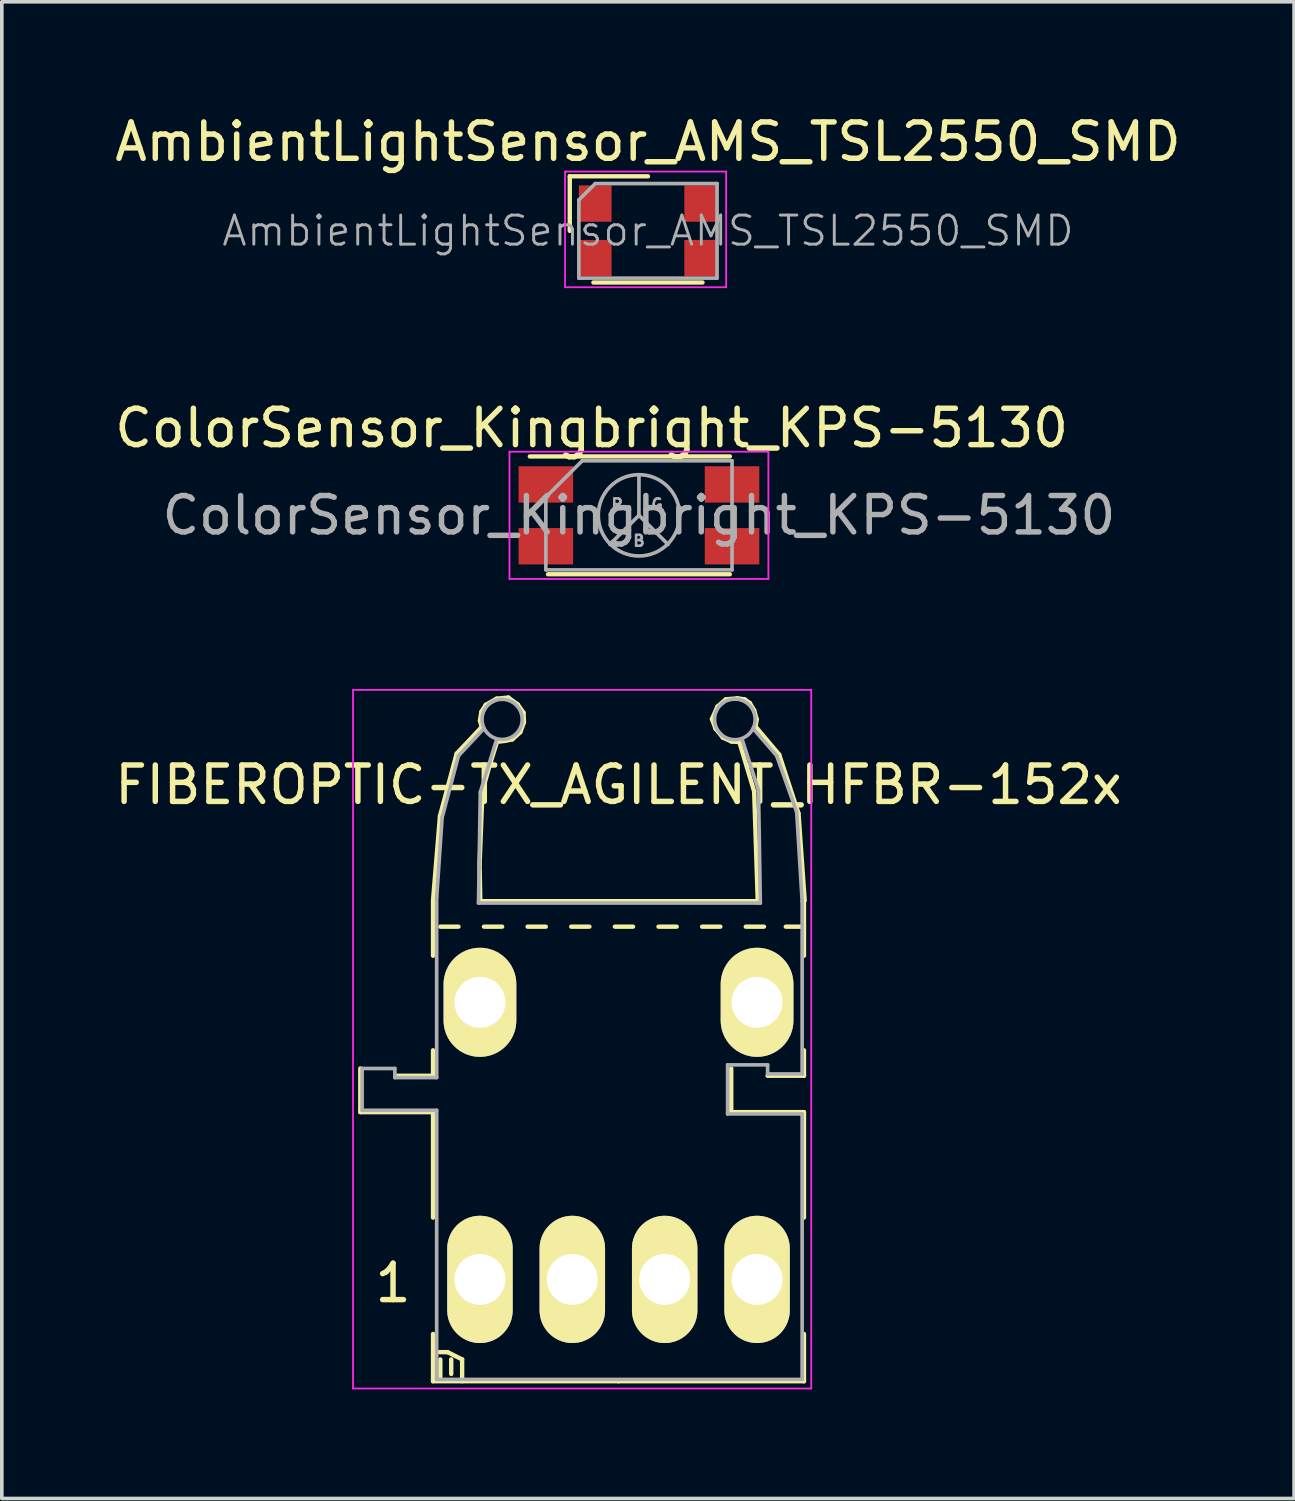
<source format=kicad_pcb>
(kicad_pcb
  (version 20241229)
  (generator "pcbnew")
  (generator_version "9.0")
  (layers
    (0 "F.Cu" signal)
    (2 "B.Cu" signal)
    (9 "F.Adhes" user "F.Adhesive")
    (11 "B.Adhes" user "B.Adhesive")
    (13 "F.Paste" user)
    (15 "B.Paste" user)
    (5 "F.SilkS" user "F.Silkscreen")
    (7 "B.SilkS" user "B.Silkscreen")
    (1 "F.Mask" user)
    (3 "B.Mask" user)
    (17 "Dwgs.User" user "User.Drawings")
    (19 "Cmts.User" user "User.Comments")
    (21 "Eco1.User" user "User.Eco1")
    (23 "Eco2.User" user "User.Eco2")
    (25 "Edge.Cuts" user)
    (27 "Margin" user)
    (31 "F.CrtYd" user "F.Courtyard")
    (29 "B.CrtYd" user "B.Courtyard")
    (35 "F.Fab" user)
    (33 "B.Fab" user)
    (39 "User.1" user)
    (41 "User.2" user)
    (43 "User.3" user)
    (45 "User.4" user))
  (footprint "ColorSensor_Kingbright_KPS-5130"
    (layer "F.Cu")
    (at 14.52 11.121)
    (property "Reference" "ColorSensor_Kingbright_KPS-5130" (at -1.3 -2.4 0) (layer "F.SilkS") (effects (font (size 1 1) (thickness 0.15))))
    (attr smd)
    (fp_line (start -3 -1.62) (end 2.5 -1.62) (stroke (width 0.12) (type solid)) (layer "F.SilkS"))
    (fp_line (start 2.5 1.62) (end -2.5 1.62) (stroke (width 0.12) (type solid)) (layer "F.SilkS"))
    (fp_line (start -3.56 -1.75) (end -3.56 1.75) (stroke (width 0.05) (type solid)) (layer "F.CrtYd"))
    (fp_line (start -3.56 -1.75) (end 3.56 -1.75) (stroke (width 0.05) (type solid)) (layer "F.CrtYd"))
    (fp_line (start 3.56 1.75) (end -3.56 1.75) (stroke (width 0.05) (type solid)) (layer "F.CrtYd"))
    (fp_line (start 3.56 1.75) (end 3.56 -1.75) (stroke (width 0.05) (type solid)) (layer "F.CrtYd"))
    (fp_line (start -2.56 -0.5) (end -2.56 1.5) (stroke (width 0.1) (type solid)) (layer "F.Fab"))
    (fp_line (start -2.56 -0.5) (end -1.56 -1.5) (stroke (width 0.1) (type solid)) (layer "F.Fab"))
    (fp_line (start -2.56 1.5) (end 2.56 1.5) (stroke (width 0.1) (type solid)) (layer "F.Fab"))
    (fp_line (start 0 0) (end -0.8 0.8) (stroke (width 0.1) (type solid)) (layer "F.Fab"))
    (fp_line (start 0 0) (end 0 -1.1) (stroke (width 0.1) (type solid)) (layer "F.Fab"))
    (fp_line (start 0 0) (end 0.8 0.8) (stroke (width 0.1) (type solid)) (layer "F.Fab"))
    (fp_line (start 2.56 -1.5) (end -1.56 -1.5) (stroke (width 0.1) (type solid)) (layer "F.Fab"))
    (fp_line (start 2.56 1.5) (end 2.56 -1.5) (stroke (width 0.1) (type solid)) (layer "F.Fab"))
    (fp_circle (center 0 0) (end 1 0.5) (stroke (width 0.1) (type solid)) (fill no) (layer "F.Fab"))
    (fp_text user "${REFERENCE}" (at 0 0 0) (layer "F.Fab") (effects (font (size 1 1) (thickness 0.15))))
    (fp_text user "R" (at -0.6 -0.3 0) (layer "F.Fab") (effects (font (size 0.3 0.3) (thickness 0.07))))
    (fp_text user "B" (at 0 0.7 0) (layer "F.Fab") (effects (font (size 0.3 0.3) (thickness 0.07))))
    (fp_text user "G" (at 0.5 -0.3 0) (layer "F.Fab") (effects (font (size 0.3 0.3) (thickness 0.07))))
    (pad "1" smd rect (at -2.56 -0.85) (size 1.5 1) (layers "F.Cu" "F.Mask" "F.Paste"))
    (pad "2" smd rect (at 2.56 -0.85) (size 1.5 1) (layers "F.Cu" "F.Mask" "F.Paste"))
    (pad "3" smd rect (at -2.56 0.85) (size 1.5 1) (layers "F.Cu" "F.Mask" "F.Paste"))
    (pad "4" smd rect (at 2.56 0.85) (size 1.5 1) (layers "F.Cu" "F.Mask" "F.Paste")))
  (footprint "FIBEROPTIC-TX_AGILENT_HFBR-152x"
    (layer "F.Cu")
    (at 10.148 32.132)
    (property "Reference" "FIBEROPTIC-TX_AGILENT_HFBR-152x" (at 3.81 -13.6 0) (layer "F.SilkS") (effects (font (size 1 1) (thickness 0.15))))
    (attr through_hole)
    (fp_line (start -3.29 -4.6) (end -3.29 -5.8) (stroke (width 0.12) (type solid)) (layer "F.SilkS"))
    (fp_line (start -2.29 -5.6) (end -1.29 -5.6) (stroke (width 0.12) (type solid)) (layer "F.SilkS"))
    (fp_line (start -1.29 -10.43) (end -1.1 -12.74) (stroke (width 0.12) (type solid)) (layer "F.SilkS"))
    (fp_line (start -1.29 -10.4) (end -1.29 -8.9) (stroke (width 0.12) (type solid)) (layer "F.SilkS"))
    (fp_line (start -1.29 -5.6) (end -1.29 -6.3) (stroke (width 0.12) (type solid)) (layer "F.SilkS"))
    (fp_line (start -1.29 -4.6) (end -3.29 -4.6) (stroke (width 0.12) (type solid)) (layer "F.SilkS"))
    (fp_line (start -1.29 -4.6) (end -1.29 -1.7) (stroke (width 0.12) (type solid)) (layer "F.SilkS"))
    (fp_line (start -1.29 2) (end -0.89 2) (stroke (width 0.12) (type solid)) (layer "F.SilkS"))
    (fp_line (start -1.29 2.8) (end -1.29 1.5) (stroke (width 0.12) (type solid)) (layer "F.SilkS"))
    (fp_line (start -1.1 -12.74) (end -0.64 -14.46) (stroke (width 0.12) (type solid)) (layer "F.SilkS"))
    (fp_line (start -1.09 2.2) (end -1.09 2.7) (stroke (width 0.12) (type solid)) (layer "F.SilkS"))
    (fp_line (start -0.89 2) (end -0.49 2.2) (stroke (width 0.12) (type solid)) (layer "F.SilkS"))
    (fp_line (start -0.79 2.2) (end -0.79 2.6) (stroke (width 0.12) (type solid)) (layer "F.SilkS"))
    (fp_line (start -0.64 -14.46) (end 0.04 -15.18) (stroke (width 0.12) (type solid)) (layer "F.SilkS"))
    (fp_line (start -0.59 -9.7) (end -1.09 -9.7) (stroke (width 0.12) (type solid)) (layer "F.SilkS"))
    (fp_line (start -0.49 2.2) (end -0.49 2.8) (stroke (width 0.12) (type solid)) (layer "F.SilkS"))
    (fp_line (start -0.01 -11.42) (end 0.07 -13.44) (stroke (width 0.12) (type solid)) (layer "F.SilkS"))
    (fp_line (start 0 -15.37) (end 0.05 -15.18) (stroke (width 0.12) (type solid)) (layer "F.SilkS"))
    (fp_line (start 0.01 -10.4) (end -0.01 -11.42) (stroke (width 0.12) (type solid)) (layer "F.SilkS"))
    (fp_line (start 0.04 -15.61) (end 0 -15.37) (stroke (width 0.12) (type solid)) (layer "F.SilkS"))
    (fp_line (start 0.07 -13.44) (end 0.26 -14.11) (stroke (width 0.12) (type solid)) (layer "F.SilkS"))
    (fp_line (start 0.16 -15.8) (end 0.04 -15.61) (stroke (width 0.12) (type solid)) (layer "F.SilkS"))
    (fp_line (start 0.26 -14.11) (end 0.48 -14.82) (stroke (width 0.12) (type solid)) (layer "F.SilkS"))
    (fp_line (start 0.46 -15.97) (end 0.16 -15.8) (stroke (width 0.12) (type solid)) (layer "F.SilkS"))
    (fp_line (start 0.54 -14.79) (end 0.69 -14.81) (stroke (width 0.12) (type solid)) (layer "F.SilkS"))
    (fp_line (start 0.61 -9.7) (end 0.11 -9.7) (stroke (width 0.12) (type solid)) (layer "F.SilkS"))
    (fp_line (start 0.69 -14.81) (end 0.89 -14.85) (stroke (width 0.12) (type solid)) (layer "F.SilkS"))
    (fp_line (start 0.78 -16) (end 0.46 -15.97) (stroke (width 0.12) (type solid)) (layer "F.SilkS"))
    (fp_line (start 0.89 -14.85) (end 1.11 -15.05) (stroke (width 0.12) (type solid)) (layer "F.SilkS"))
    (fp_line (start 1.04 -15.81) (end 0.78 -16) (stroke (width 0.12) (type solid)) (layer "F.SilkS"))
    (fp_line (start 1.11 -15.05) (end 1.21 -15.32) (stroke (width 0.12) (type solid)) (layer "F.SilkS"))
    (fp_line (start 1.2 -15.58) (end 1.04 -15.81) (stroke (width 0.12) (type solid)) (layer "F.SilkS"))
    (fp_line (start 1.21 -15.32) (end 1.2 -15.58) (stroke (width 0.12) (type solid)) (layer "F.SilkS"))
    (fp_line (start 1.81 -9.7) (end 1.31 -9.7) (stroke (width 0.12) (type solid)) (layer "F.SilkS"))
    (fp_line (start 3.01 -9.7) (end 2.51 -9.7) (stroke (width 0.12) (type solid)) (layer "F.SilkS"))
    (fp_line (start 3.81 2.8) (end -1.29 2.8) (stroke (width 0.12) (type solid)) (layer "F.SilkS"))
    (fp_line (start 3.81 2.8) (end 8.91 2.8) (stroke (width 0.12) (type solid)) (layer "F.SilkS"))
    (fp_line (start 4.21 -9.7) (end 3.71 -9.7) (stroke (width 0.12) (type solid)) (layer "F.SilkS"))
    (fp_line (start 5.41 -9.7) (end 4.91 -9.7) (stroke (width 0.12) (type solid)) (layer "F.SilkS"))
    (fp_line (start 6.38 -15.41) (end 6.48 -15.14) (stroke (width 0.12) (type solid)) (layer "F.SilkS"))
    (fp_line (start 6.48 -15.14) (end 6.68 -14.9) (stroke (width 0.12) (type solid)) (layer "F.SilkS"))
    (fp_line (start 6.53 -15.75) (end 6.38 -15.41) (stroke (width 0.12) (type solid)) (layer "F.SilkS"))
    (fp_line (start 6.61 -9.7) (end 6.11 -9.7) (stroke (width 0.12) (type solid)) (layer "F.SilkS"))
    (fp_line (start 6.68 -14.9) (end 6.92 -14.79) (stroke (width 0.12) (type solid)) (layer "F.SilkS"))
    (fp_line (start 6.76 -15.95) (end 6.53 -15.75) (stroke (width 0.12) (type solid)) (layer "F.SilkS"))
    (fp_line (start 6.91 -4.6) (end 6.91 -5.8) (stroke (width 0.12) (type solid)) (layer "F.SilkS"))
    (fp_line (start 6.92 -14.79) (end 7.08 -14.78) (stroke (width 0.12) (type solid)) (layer "F.SilkS"))
    (fp_line (start 7.08 -15.98) (end 6.76 -15.95) (stroke (width 0.12) (type solid)) (layer "F.SilkS"))
    (fp_line (start 7.28 -15.95) (end 7.08 -15.98) (stroke (width 0.12) (type solid)) (layer "F.SilkS"))
    (fp_line (start 7.42 -15.85) (end 7.28 -15.95) (stroke (width 0.12) (type solid)) (layer "F.SilkS"))
    (fp_line (start 7.54 -15.65) (end 7.42 -15.85) (stroke (width 0.12) (type solid)) (layer "F.SilkS"))
    (fp_line (start 7.54 -13.42) (end 7.12 -14.82) (stroke (width 0.12) (type solid)) (layer "F.SilkS"))
    (fp_line (start 7.58 -15.2) (end 7.61 -15.4) (stroke (width 0.12) (type solid)) (layer "F.SilkS"))
    (fp_line (start 7.61 -15.4) (end 7.54 -15.65) (stroke (width 0.12) (type solid)) (layer "F.SilkS"))
    (fp_line (start 7.61 -10.4) (end 0.01 -10.4) (stroke (width 0.12) (type solid)) (layer "F.SilkS"))
    (fp_line (start 7.64 -10.37) (end 7.54 -13.42) (stroke (width 0.12) (type solid)) (layer "F.SilkS"))
    (fp_line (start 7.81 -9.7) (end 7.31 -9.7) (stroke (width 0.12) (type solid)) (layer "F.SilkS"))
    (fp_line (start 7.91 -5.6) (end 8.91 -5.6) (stroke (width 0.12) (type solid)) (layer "F.SilkS"))
    (fp_line (start 8.23 -14.43) (end 7.58 -15.2) (stroke (width 0.12) (type solid)) (layer "F.SilkS"))
    (fp_line (start 8.76 -12.81) (end 8.23 -14.43) (stroke (width 0.12) (type solid)) (layer "F.SilkS"))
    (fp_line (start 8.91 -9.7) (end 8.41 -9.7) (stroke (width 0.12) (type solid)) (layer "F.SilkS"))
    (fp_line (start 8.91 -8.9) (end 8.91 -10.4) (stroke (width 0.12) (type solid)) (layer "F.SilkS"))
    (fp_line (start 8.91 -5.6) (end 8.91 -6.3) (stroke (width 0.12) (type solid)) (layer "F.SilkS"))
    (fp_line (start 8.91 -4.6) (end 6.91 -4.6) (stroke (width 0.12) (type solid)) (layer "F.SilkS"))
    (fp_line (start 8.91 -1.7) (end 8.91 -4.6) (stroke (width 0.12) (type solid)) (layer "F.SilkS"))
    (fp_line (start 8.91 2.8) (end 8.91 1.5) (stroke (width 0.12) (type solid)) (layer "F.SilkS"))
    (fp_line (start 8.93 -10.42) (end 8.76 -12.81) (stroke (width 0.12) (type solid)) (layer "F.SilkS"))
    (fp_line (start -3.49 -16.21) (end -3.49 3) (stroke (width 0.05) (type solid)) (layer "F.CrtYd"))
    (fp_line (start -3.49 -16.21) (end 9.11 -16.21) (stroke (width 0.05) (type solid)) (layer "F.CrtYd"))
    (fp_line (start 9.11 3) (end -3.49 3) (stroke (width 0.05) (type solid)) (layer "F.CrtYd"))
    (fp_line (start 9.11 3) (end 9.11 -16.21) (stroke (width 0.05) (type solid)) (layer "F.CrtYd"))
    (fp_line (start -3.24 -5.8) (end -3.24 -4.65) (stroke (width 0.1) (type solid)) (layer "F.Fab"))
    (fp_line (start -3.24 -4.65) (end -1.19 -4.65) (stroke (width 0.1) (type solid)) (layer "F.Fab"))
    (fp_line (start -2.34 -5.8) (end -3.24 -5.8) (stroke (width 0.1) (type solid)) (layer "F.Fab"))
    (fp_line (start -2.34 -5.55) (end -2.34 -5.8) (stroke (width 0.1) (type solid)) (layer "F.Fab"))
    (fp_line (start -1.19 -10.5) (end -1.19 -5.55) (stroke (width 0.1) (type solid)) (layer "F.Fab"))
    (fp_line (start -1.19 -5.55) (end -2.34 -5.55) (stroke (width 0.1) (type solid)) (layer "F.Fab"))
    (fp_line (start -1.19 -4.65) (end -1.19 2.75) (stroke (width 0.1) (type solid)) (layer "F.Fab"))
    (fp_line (start -1.19 2.75) (end 8.86 2.75) (stroke (width 0.1) (type solid)) (layer "F.Fab"))
    (fp_line (start -1.04 -12.7) (end -1.19 -10.5) (stroke (width 0.1) (type solid)) (layer "F.Fab"))
    (fp_line (start -0.59 -14.4) (end -1.04 -12.7) (stroke (width 0.1) (type solid)) (layer "F.Fab"))
    (fp_line (start -0.04 -10.35) (end 0.01 -13.4) (stroke (width 0.1) (type solid)) (layer "F.Fab"))
    (fp_line (start 0.01 -13.4) (end 0.46 -14.85) (stroke (width 0.1) (type solid)) (layer "F.Fab"))
    (fp_line (start 0.11 -15.15) (end -0.59 -14.4) (stroke (width 0.1) (type solid)) (layer "F.Fab"))
    (fp_line (start 6.81 -5.9) (end 7.91 -5.9) (stroke (width 0.1) (type solid)) (layer "F.Fab"))
    (fp_line (start 6.81 -4.55) (end 6.81 -5.9) (stroke (width 0.1) (type solid)) (layer "F.Fab"))
    (fp_line (start 7.21 -14.85) (end 7.66 -13.45) (stroke (width 0.1) (type solid)) (layer "F.Fab"))
    (fp_line (start 7.66 -13.45) (end 7.71 -10.35) (stroke (width 0.1) (type solid)) (layer "F.Fab"))
    (fp_line (start 7.71 -10.35) (end -0.04 -10.35) (stroke (width 0.1) (type solid)) (layer "F.Fab"))
    (fp_line (start 7.91 -5.9) (end 7.91 -5.65) (stroke (width 0.1) (type solid)) (layer "F.Fab"))
    (fp_line (start 7.91 -5.65) (end 8.86 -5.65) (stroke (width 0.1) (type solid)) (layer "F.Fab"))
    (fp_line (start 8.16 -14.4) (end 7.51 -15.15) (stroke (width 0.1) (type solid)) (layer "F.Fab"))
    (fp_line (start 8.71 -12.85) (end 8.16 -14.4) (stroke (width 0.1) (type solid)) (layer "F.Fab"))
    (fp_line (start 8.86 -10.4) (end 8.71 -12.85) (stroke (width 0.1) (type solid)) (layer "F.Fab"))
    (fp_line (start 8.86 -5.65) (end 8.86 -10.4) (stroke (width 0.1) (type solid)) (layer "F.Fab"))
    (fp_line (start 8.86 -4.55) (end 6.81 -4.55) (stroke (width 0.1) (type solid)) (layer "F.Fab"))
    (fp_line (start 8.86 2.75) (end 8.86 -4.55) (stroke (width 0.1) (type solid)) (layer "F.Fab"))
    (fp_circle (center 0.61 -15.4) (end 0.66 -14.85) (stroke (width 0.1) (type solid)) (fill no) (layer "F.Fab"))
    (fp_circle (center 7.01 -15.4) (end 7.51 -15.15) (stroke (width 0.1) (type solid)) (fill no) (layer "F.Fab"))
    (fp_text user "1" (at -2.39 0.1 0) (layer "F.SilkS") (effects (font (size 1 1) (thickness 0.15))))
    (pad "1" thru_hole oval (at 0 0) (size 1.8 3.5) (drill 1.4) (layers "*.Cu" "*.Mask" "F.SilkS"))
    (pad "2" thru_hole oval (at 2.54 0) (size 1.8 3.5) (drill 1.4) (layers "*.Cu" "*.Mask" "F.SilkS"))
    (pad "3" thru_hole oval (at 5.08 0) (size 1.8 3.5) (drill 1.4) (layers "*.Cu" "*.Mask" "F.SilkS"))
    (pad "4" thru_hole oval (at 7.62 0) (size 1.8 3.5) (drill 1.4) (layers "*.Cu" "*.Mask" "F.SilkS"))
    (pad "5" thru_hole oval (at 7.62 -7.62) (size 2 3) (drill 1.4) (layers "*.Cu" "*.Mask" "F.SilkS"))
    (pad "6" thru_hole oval (at 0 -7.62) (size 2 3) (drill 1.4) (layers "*.Cu" "*.Mask" "F.SilkS")))
  (footprint "AmbientLightSensor_AMS_TSL2550_SMD"
    (layer "F.Cu")
    (at 14.768 3.298)
    (property "Reference" "AmbientLightSensor_AMS_TSL2550_SMD" (at 0 -2.45 0) (layer "F.SilkS") (effects (font (size 1 1) (thickness 0.15))))
    (attr smd)
    (fp_line (start -2.15 -1.5) (end 0 -1.5) (stroke (width 0.12) (type solid)) (layer "F.SilkS"))
    (fp_line (start -2.15 0) (end -2.15 -1.5) (stroke (width 0.12) (type solid)) (layer "F.SilkS"))
    (fp_line (start -1.5 1.42) (end 1.5 1.42) (stroke (width 0.12) (type solid)) (layer "F.SilkS"))
    (fp_line (start -2.28 -1.63) (end -2.28 1.55) (stroke (width 0.05) (type solid)) (layer "F.CrtYd"))
    (fp_line (start -2.28 -1.63) (end 2.15 -1.63) (stroke (width 0.05) (type solid)) (layer "F.CrtYd"))
    (fp_line (start 2.15 1.55) (end -2.28 1.55) (stroke (width 0.05) (type solid)) (layer "F.CrtYd"))
    (fp_line (start 2.15 1.55) (end 2.15 -1.63) (stroke (width 0.05) (type solid)) (layer "F.CrtYd"))
    (fp_line (start -1.9 -0.85) (end -1.9 1.3) (stroke (width 0.1) (type solid)) (layer "F.Fab"))
    (fp_line (start -1.9 1.3) (end 1.9 1.3) (stroke (width 0.1) (type solid)) (layer "F.Fab"))
    (fp_line (start -1.45 -1.3) (end -1.9 -0.85) (stroke (width 0.1) (type solid)) (layer "F.Fab"))
    (fp_line (start 1.9 -1.3) (end -1.45 -1.3) (stroke (width 0.1) (type solid)) (layer "F.Fab"))
    (fp_line (start 1.9 1.3) (end 1.9 -1.3) (stroke (width 0.1) (type solid)) (layer "F.Fab"))
    (fp_text user "${REFERENCE}" (at 0 0 0) (layer "F.Fab") (effects (font (size 0.8 0.8) (thickness 0.08))))
    (pad "1" smd rect (at -1.45 -0.75) (size 0.9 1) (layers "F.Cu" "F.Mask" "F.Paste"))
    (pad "2" smd rect (at -1.45 0.75) (size 0.9 1) (layers "F.Cu" "F.Mask" "F.Paste"))
    (pad "3" smd rect (at 1.45 0.75) (size 0.9 1) (layers "F.Cu" "F.Mask" "F.Paste"))
    (pad "4" smd rect (at 1.45 -0.75) (size 0.9 1) (layers "F.Cu" "F.Mask" "F.Paste")))
  (gr_rect
    (start -3 -3)
    (end 32.536 38.157)
    (stroke (width 0.1) (type default))
    (fill no)
    (layer "Edge.Cuts")))
</source>
